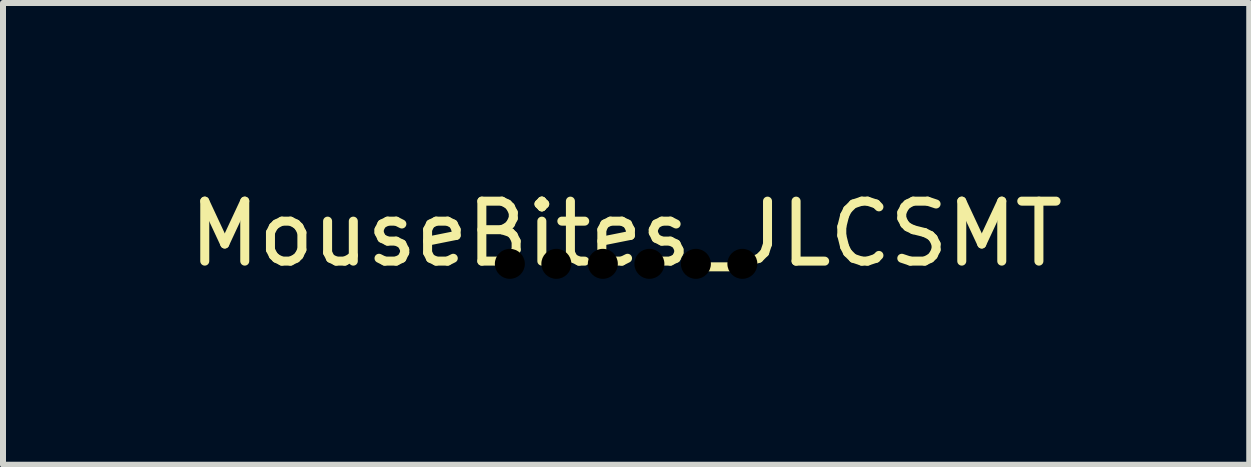
<source format=kicad_pcb>
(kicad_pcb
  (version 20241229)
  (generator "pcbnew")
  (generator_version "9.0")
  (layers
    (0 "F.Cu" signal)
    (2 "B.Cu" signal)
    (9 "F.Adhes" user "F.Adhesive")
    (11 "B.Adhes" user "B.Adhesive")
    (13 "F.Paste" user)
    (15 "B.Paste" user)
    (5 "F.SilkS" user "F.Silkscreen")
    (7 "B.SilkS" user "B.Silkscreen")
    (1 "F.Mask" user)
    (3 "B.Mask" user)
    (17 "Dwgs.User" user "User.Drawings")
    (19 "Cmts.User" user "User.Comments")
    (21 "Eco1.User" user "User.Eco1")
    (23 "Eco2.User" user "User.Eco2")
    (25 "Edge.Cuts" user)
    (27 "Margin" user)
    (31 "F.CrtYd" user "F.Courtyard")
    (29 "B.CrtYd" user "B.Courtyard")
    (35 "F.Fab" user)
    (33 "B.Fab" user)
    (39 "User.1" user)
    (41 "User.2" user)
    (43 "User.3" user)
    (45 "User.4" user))
  (footprint "MouseBites_JLCSMT"
    (layer "F.Cu")
    (at 7.387 1.348)
    (property "Reference" "MouseBites_JLCSMT" (at 0 -0.5 0) (unlocked yes) (layer "F.SilkS") (effects (font (size 1 1) (thickness 0.15))))
    (fp_line (start -2.5 -0.2) (end -2.5 0.2) (stroke (width 0.05) (type default)) (layer "User.2"))
    (fp_line (start 2.5 -0.2) (end 2.5 0.2) (stroke (width 0.05) (type default)) (layer "User.2"))
    (pad "" np_thru_hole circle (at -1.938 0) (size 0.5 0.5) (drill 0.5) (layers "*.Mask"))
    (pad "" np_thru_hole circle (at -1.163 0) (size 0.5 0.5) (drill 0.5) (layers "*.Mask"))
    (pad "" np_thru_hole circle (at -0.388 0) (size 0.5 0.5) (drill 0.5) (layers "*.Mask"))
    (pad "" np_thru_hole circle (at 0.388 0) (size 0.5 0.5) (drill 0.5) (layers "*.Mask"))
    (pad "" np_thru_hole circle (at 1.163 0) (size 0.5 0.5) (drill 0.5) (layers "*.Mask"))
    (pad "" np_thru_hole circle (at 1.938 0) (size 0.5 0.5) (drill 0.5) (layers "*.Mask")))
  (gr_rect
    (start -3 -3)
    (end 17.774 4.697)
    (stroke (width 0.1) (type default))
    (fill no)
    (layer "Edge.Cuts")))
</source>
